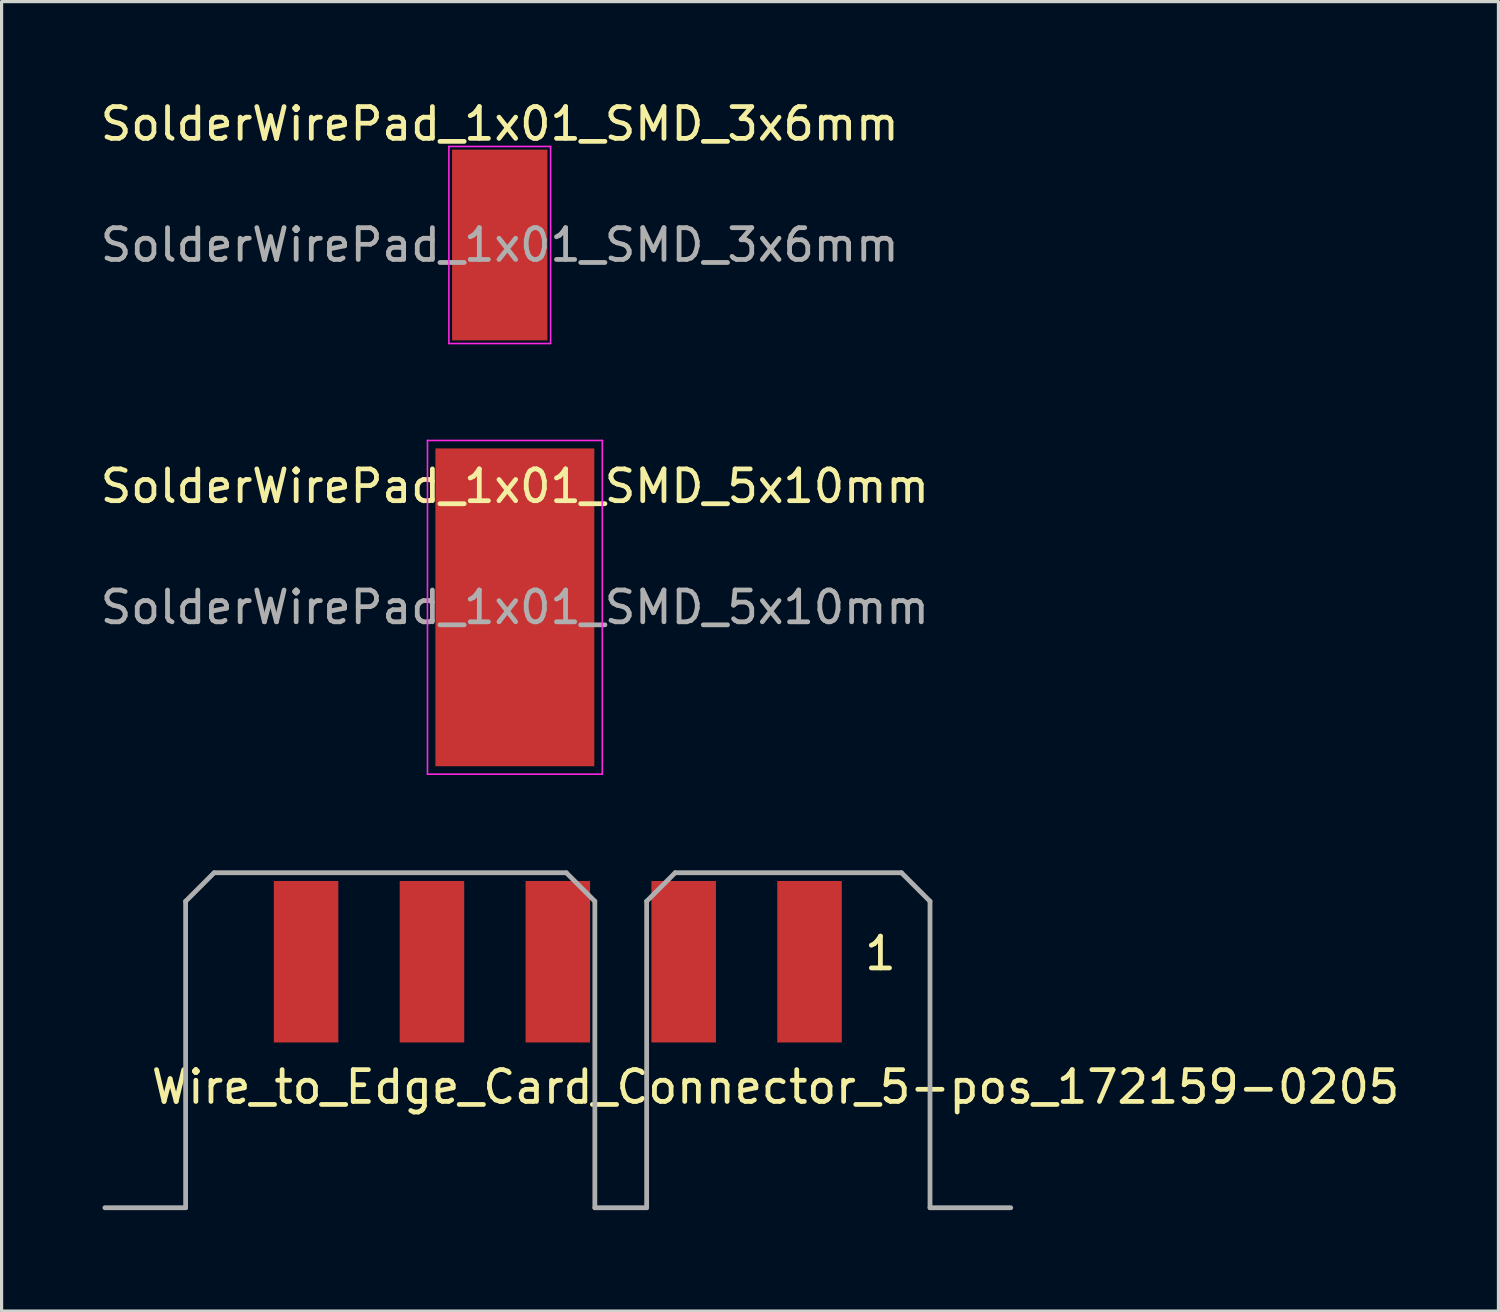
<source format=kicad_pcb>
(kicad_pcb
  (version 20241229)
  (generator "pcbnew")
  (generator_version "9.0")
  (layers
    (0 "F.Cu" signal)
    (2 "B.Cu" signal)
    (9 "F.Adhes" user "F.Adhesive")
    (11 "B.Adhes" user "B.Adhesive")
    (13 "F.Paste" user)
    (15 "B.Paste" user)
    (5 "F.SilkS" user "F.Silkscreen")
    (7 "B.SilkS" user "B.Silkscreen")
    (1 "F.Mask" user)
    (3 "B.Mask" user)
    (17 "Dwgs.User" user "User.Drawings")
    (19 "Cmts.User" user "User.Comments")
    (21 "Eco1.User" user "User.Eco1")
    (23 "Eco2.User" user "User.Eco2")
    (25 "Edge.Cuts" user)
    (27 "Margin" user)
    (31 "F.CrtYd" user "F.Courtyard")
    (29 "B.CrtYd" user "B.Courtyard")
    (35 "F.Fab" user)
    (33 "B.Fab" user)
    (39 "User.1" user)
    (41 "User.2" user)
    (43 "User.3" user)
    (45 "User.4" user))
  (footprint "SolderWirePad_1x01_SMD_3x6mm"
    (layer "F.Cu")
    (at 12.673 4.658)
    (property "Reference" "SolderWirePad_1x01_SMD_3x6mm" (at 0 -3.81 0) (layer "F.SilkS") (effects (font (size 1 1) (thickness 0.15))))
    (attr through_hole)
    (fp_line (start -1.6 -3.1) (end -1.6 3.1) (stroke (width 0.05) (type solid)) (layer "F.CrtYd"))
    (fp_line (start -1.6 3.1) (end 1.6 3.1) (stroke (width 0.05) (type solid)) (layer "F.CrtYd"))
    (fp_line (start 1.6 -3.1) (end -1.6 -3.1) (stroke (width 0.05) (type solid)) (layer "F.CrtYd"))
    (fp_line (start 1.6 3.1) (end 1.6 -3.1) (stroke (width 0.05) (type solid)) (layer "F.CrtYd"))
    (fp_text user "${REFERENCE}" (at 0 0 0) (layer "F.Fab") (effects (font (size 1 1) (thickness 0.15))))
    (pad "1" smd rect (at 0 0) (size 3 6) (layers "F.Cu" "F.Mask" "F.Paste")))
  (footprint "SolderWirePad_1x01_SMD_5x10mm"
    (layer "F.Cu")
    (at 13.149 16.058)
    (property "Reference" "SolderWirePad_1x01_SMD_5x10mm" (at 0 -3.81 0) (layer "F.SilkS") (effects (font (size 1 1) (thickness 0.15))))
    (attr smd exclude_from_pos_files exclude_from_bom)
    (fp_line (start -2.75 -5.25) (end -2.75 5.25) (stroke (width 0.05) (type solid)) (layer "F.CrtYd"))
    (fp_line (start -2.75 5.25) (end 2.75 5.25) (stroke (width 0.05) (type solid)) (layer "F.CrtYd"))
    (fp_line (start 2.75 -5.25) (end -2.75 -5.25) (stroke (width 0.05) (type solid)) (layer "F.CrtYd"))
    (fp_line (start 2.75 5.25) (end 2.75 -5.25) (stroke (width 0.05) (type solid)) (layer "F.CrtYd"))
    (fp_text user "${REFERENCE}" (at 0 0 0) (layer "F.Fab") (effects (font (size 1 1) (thickness 0.15))))
    (pad "1" smd rect (at 0 0) (size 5 10) (layers "F.Cu" "F.Mask" "F.Paste")))
  (footprint "Wire_to_Edge_Card_Connector_5-pos_172159-0205"
    (layer "F.Cu")
    (at 0.25 34.948)
    (property "Reference" "Wire_to_Edge_Card_Connector_5-pos_172159-0205" (at 21.1 -3.8 0) (layer "F.SilkS") (effects (font (size 1 1) (thickness 0.15))))
    (attr through_hole)
    (fp_line (start 2.54 -9.642) (end 2.54 0) (stroke (width 0.15) (type solid)) (layer "F.Fab"))
    (fp_line (start 2.54 0) (end 0 0) (stroke (width 0.15) (type solid)) (layer "F.Fab"))
    (fp_line (start 3.438 -10.54) (end 2.54 -9.642) (stroke (width 0.15) (type solid)) (layer "F.Fab"))
    (fp_line (start 3.438 -10.54) (end 14.517 -10.54) (stroke (width 0.15) (type solid)) (layer "F.Fab"))
    (fp_line (start 14.517 -10.54) (end 15.415 -9.642) (stroke (width 0.15) (type solid)) (layer "F.Fab"))
    (fp_line (start 15.415 -9.642) (end 15.415 0) (stroke (width 0.15) (type solid)) (layer "F.Fab"))
    (fp_line (start 15.415 0) (end 17.045 0) (stroke (width 0.15) (type solid)) (layer "F.Fab"))
    (fp_line (start 17.045 -9.642) (end 17.943 -10.54) (stroke (width 0.15) (type solid)) (layer "F.Fab"))
    (fp_line (start 17.045 0) (end 17.045 -9.642) (stroke (width 0.15) (type solid)) (layer "F.Fab"))
    (fp_line (start 17.943 -10.54) (end 25.062 -10.54) (stroke (width 0.15) (type solid)) (layer "F.Fab"))
    (fp_line (start 25.062 -10.54) (end 25.96 -9.642) (stroke (width 0.15) (type solid)) (layer "F.Fab"))
    (fp_line (start 25.96 -9.642) (end 25.96 0) (stroke (width 0.15) (type solid)) (layer "F.Fab"))
    (fp_line (start 25.96 0) (end 28.5 0) (stroke (width 0.15) (type solid)) (layer "F.Fab"))
    (fp_text user "1" (at 24.4 -8 0) (layer "F.SilkS") (effects (font (size 1 1) (thickness 0.15))))
    (pad "1" smd rect (at 22.17 -7.74) (size 2.03 5.08) (layers "F.Cu" "F.Mask" "F.Paste"))
    (pad "2" smd rect (at 18.21 -7.74) (size 2.03 5.08) (layers "F.Cu" "F.Mask" "F.Paste"))
    (pad "3" smd rect (at 14.25 -7.74) (size 2.03 5.08) (layers "F.Cu" "F.Mask" "F.Paste"))
    (pad "4" smd rect (at 10.29 -7.74) (size 2.03 5.08) (layers "F.Cu" "F.Mask" "F.Paste"))
    (pad "5" smd rect (at 6.33 -7.74) (size 2.03 5.08) (layers "F.Cu" "F.Mask" "F.Paste")))
  (gr_rect
    (start -3 -3)
    (end 44.094 38.198)
    (stroke (width 0.1) (type default))
    (fill no)
    (layer "Edge.Cuts")))
</source>
